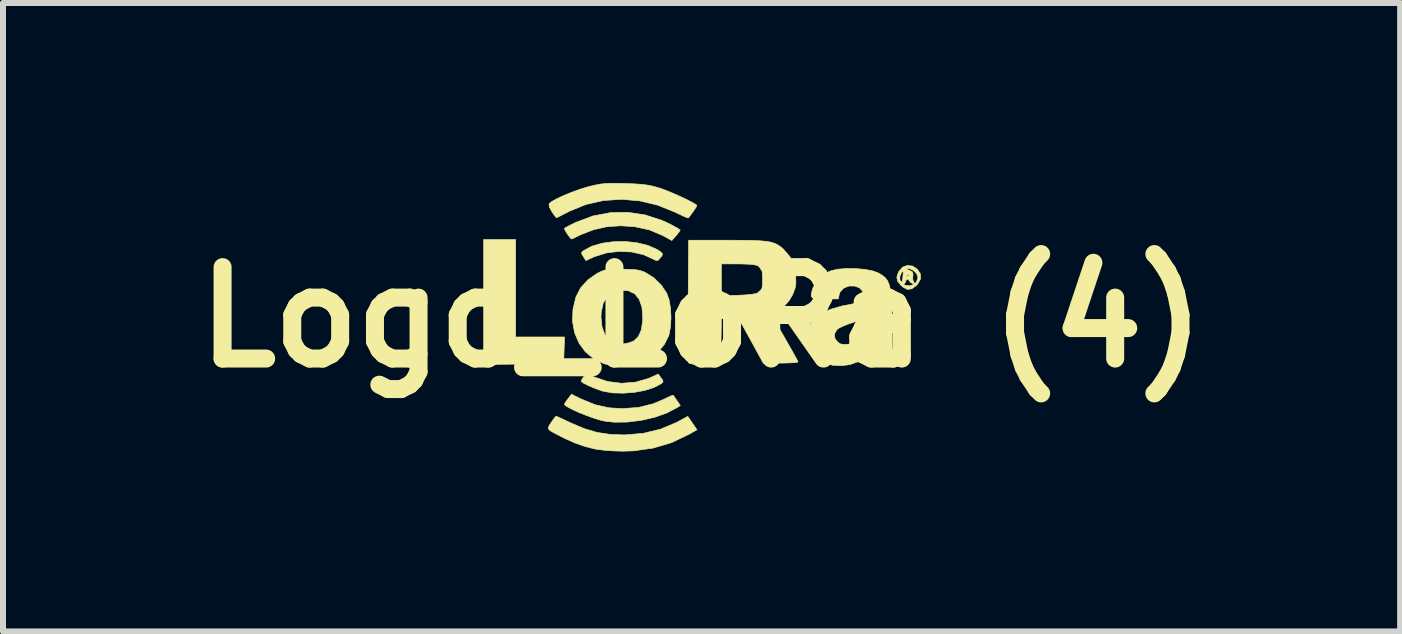
<source format=kicad_pcb>
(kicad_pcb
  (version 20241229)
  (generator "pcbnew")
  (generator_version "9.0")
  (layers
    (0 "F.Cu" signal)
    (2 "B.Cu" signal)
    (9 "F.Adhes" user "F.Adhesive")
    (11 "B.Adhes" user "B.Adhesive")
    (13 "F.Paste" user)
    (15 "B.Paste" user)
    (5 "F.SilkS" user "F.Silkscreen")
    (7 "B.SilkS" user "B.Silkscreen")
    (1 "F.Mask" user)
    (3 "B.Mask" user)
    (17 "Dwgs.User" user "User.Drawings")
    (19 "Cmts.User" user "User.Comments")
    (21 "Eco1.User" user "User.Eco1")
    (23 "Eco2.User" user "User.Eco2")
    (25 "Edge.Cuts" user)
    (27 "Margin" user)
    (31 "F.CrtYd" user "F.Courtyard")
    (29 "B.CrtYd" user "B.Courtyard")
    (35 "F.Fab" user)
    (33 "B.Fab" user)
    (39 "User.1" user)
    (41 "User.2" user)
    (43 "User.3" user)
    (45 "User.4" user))
  (footprint "Logo_LoRa (4)"
    (layer "F.Cu")
    (at 8.643 2.237)
    (property "Reference" "Logo_LoRa (4)" (at 0 0 0) (layer "F.SilkS") (effects (font (size 1.524 1.524) (thickness 0.3))))
    (attr through_hole)
    (fp_poly (pts (xy -3.099 0.33) (xy -2.284 0.33) (xy -2.291 0.552) (xy -2.299 0.775) (xy -2.965 0.781) (xy -3.632 0.788) (xy -3.632 -1.295) (xy -3.099 -1.295) (xy -3.099 0.33)) (stroke (width 0.01) (type solid)) (fill yes) (layer "F.SilkS"))
    (fp_poly (pts (xy -1.072 -1.24) (xy -0.892 -1.196) (xy -0.739 -1.128) (xy -0.68 -1.088) (xy -0.653 -1.061) (xy -0.656 -1.033) (xy -0.685 -0.991) (xy -0.724 -0.949) (xy -0.757 -0.944) (xy -0.79 -0.961) (xy -0.964 -1.041) (xy -1.163 -1.087) (xy -1.374 -1.097) (xy -1.583 -1.072) (xy -1.779 -1.011) (xy -1.796 -1.004) (xy -1.927 -0.944) (xy -1.97 -1.01) (xy -1.998 -1.057) (xy -1.995 -1.085) (xy -1.967 -1.109) (xy -1.829 -1.183) (xy -1.658 -1.233) (xy -1.467 -1.259) (xy -1.268 -1.262) (xy -1.072 -1.24)) (stroke (width 0.01) (type solid)) (fill yes) (layer "F.SilkS"))
    (fp_poly (pts (xy -1.778 1.001) (xy -1.561 1.073) (xy -1.334 1.101) (xy -1.106 1.084) (xy -0.89 1.023) (xy -0.85 1.006) (xy -0.722 0.948) (xy -0.675 1.011) (xy -0.644 1.057) (xy -0.644 1.083) (xy -0.674 1.109) (xy -0.791 1.171) (xy -0.944 1.22) (xy -1.118 1.252) (xy -1.3 1.266) (xy -1.476 1.262) (xy -1.632 1.236) (xy -1.676 1.223) (xy -1.788 1.182) (xy -1.886 1.14) (xy -1.961 1.103) (xy -2.002 1.074) (xy -2.007 1.065) (xy -1.992 1.034) (xy -1.962 0.992) (xy -1.917 0.937) (xy -1.778 1.001)) (stroke (width 0.01) (type solid)) (fill yes) (layer "F.SilkS"))
    (fp_poly (pts (xy -0.941 -1.705) (xy -0.658 -1.613) (xy -0.54 -1.559) (xy -0.455 -1.514) (xy -0.39 -1.477) (xy -0.358 -1.454) (xy -0.356 -1.451) (xy -0.372 -1.424) (xy -0.411 -1.375) (xy -0.426 -1.357) (xy -0.495 -1.278) (xy -0.648 -1.362) (xy -0.867 -1.455) (xy -1.116 -1.509) (xy -1.352 -1.524) (xy -1.579 -1.508) (xy -1.797 -1.459) (xy -2.021 -1.373) (xy -2.163 -1.302) (xy -2.183 -1.316) (xy -2.216 -1.358) (xy -2.252 -1.41) (xy -2.279 -1.457) (xy -2.286 -1.479) (xy -2.265 -1.494) (xy -2.208 -1.525) (xy -2.125 -1.566) (xy -2.087 -1.584) (xy -1.808 -1.688) (xy -1.521 -1.742) (xy -1.23 -1.748) (xy -0.941 -1.705)) (stroke (width 0.01) (type solid)) (fill yes) (layer "F.SilkS"))
    (fp_poly (pts (xy -2.003 1.365) (xy -1.773 1.459) (xy -1.543 1.51) (xy -1.322 1.524) (xy -1.052 1.504) (xy -0.808 1.444) (xy -0.632 1.37) (xy -0.554 1.332) (xy -0.497 1.307) (xy -0.472 1.3) (xy -0.472 1.3) (xy -0.455 1.324) (xy -0.421 1.374) (xy -0.41 1.389) (xy -0.354 1.471) (xy -0.412 1.509) (xy -0.581 1.597) (xy -0.785 1.669) (xy -1.009 1.72) (xy -1.238 1.748) (xy -1.459 1.75) (xy -1.6 1.735) (xy -1.689 1.715) (xy -1.797 1.682) (xy -1.914 1.64) (xy -2.03 1.594) (xy -2.135 1.547) (xy -2.219 1.504) (xy -2.272 1.47) (xy -2.286 1.451) (xy -2.271 1.423) (xy -2.236 1.373) (xy -2.226 1.36) (xy -2.166 1.285) (xy -2.003 1.365)) (stroke (width 0.01) (type solid)) (fill yes) (layer "F.SilkS"))
    (fp_poly (pts (xy -2.397 1.661) (xy -2.334 1.689) (xy -2.247 1.73) (xy -2.177 1.763) (xy -1.95 1.859) (xy -1.738 1.921) (xy -1.519 1.954) (xy -1.283 1.962) (xy -0.973 1.936) (xy -0.682 1.866) (xy -0.413 1.753) (xy -0.388 1.739) (xy -0.23 1.653) (xy -0.153 1.764) (xy -0.076 1.876) (xy -0.21 1.952) (xy -0.501 2.091) (xy -0.809 2.182) (xy -1.136 2.228) (xy -1.321 2.233) (xy -1.458 2.229) (xy -1.597 2.22) (xy -1.716 2.206) (xy -1.778 2.196) (xy -1.949 2.153) (xy -2.108 2.097) (xy -2.278 2.021) (xy -2.337 1.991) (xy -2.444 1.936) (xy -2.513 1.898) (xy -2.548 1.868) (xy -2.554 1.839) (xy -2.538 1.804) (xy -2.506 1.755) (xy -2.464 1.695) (xy -2.433 1.657) (xy -2.424 1.651) (xy -2.397 1.661)) (stroke (width 0.01) (type solid)) (fill yes) (layer "F.SilkS"))
    (fp_poly (pts (xy -1.375 -2.231) (xy -1.27 -2.228) (xy -1.11 -2.222) (xy -0.987 -2.213) (xy -0.887 -2.2) (xy -0.795 -2.18) (xy -0.698 -2.151) (xy -0.686 -2.148) (xy -0.594 -2.114) (xy -0.484 -2.069) (xy -0.367 -2.018) (xy -0.256 -1.966) (xy -0.163 -1.918) (xy -0.098 -1.88) (xy -0.079 -1.865) (xy -0.088 -1.839) (xy -0.129 -1.776) (xy -0.201 -1.678) (xy -0.219 -1.654) (xy -0.244 -1.66) (xy -0.303 -1.685) (xy -0.386 -1.724) (xy -0.437 -1.749) (xy -0.729 -1.867) (xy -1.029 -1.939) (xy -1.333 -1.965) (xy -1.634 -1.945) (xy -1.926 -1.879) (xy -2.204 -1.766) (xy -2.218 -1.758) (xy -2.304 -1.714) (xy -2.372 -1.679) (xy -2.41 -1.66) (xy -2.413 -1.658) (xy -2.433 -1.673) (xy -2.469 -1.72) (xy -2.494 -1.758) (xy -2.537 -1.838) (xy -2.542 -1.887) (xy -2.538 -1.895) (xy -2.491 -1.931) (xy -2.406 -1.978) (xy -2.295 -2.029) (xy -2.168 -2.081) (xy -2.037 -2.129) (xy -1.912 -2.168) (xy -1.883 -2.176) (xy -1.779 -2.201) (xy -1.69 -2.218) (xy -1.603 -2.228) (xy -1.502 -2.232) (xy -1.375 -2.231)) (stroke (width 0.01) (type solid)) (fill yes) (layer "F.SilkS"))
    (fp_poly (pts (xy -1.199 -0.798) (xy -1.101 -0.792) (xy -1.027 -0.779) (xy -0.963 -0.757) (xy -0.938 -0.746) (xy -0.794 -0.656) (xy -0.667 -0.53) (xy -0.58 -0.399) (xy -0.541 -0.29) (xy -0.517 -0.149) (xy -0.509 0.007) (xy -0.517 0.159) (xy -0.542 0.291) (xy -0.547 0.307) (xy -0.618 0.451) (xy -0.726 0.583) (xy -0.859 0.691) (xy -0.947 0.738) (xy -1.072 0.777) (xy -1.223 0.8) (xy -1.382 0.807) (xy -1.529 0.797) (xy -1.621 0.777) (xy -1.793 0.696) (xy -1.935 0.578) (xy -2.043 0.431) (xy -2.116 0.259) (xy -2.15 0.07) (xy -2.148 -0.000001) (xy -1.676 -0.000001) (xy -1.659 0.162) (xy -1.61 0.291) (xy -1.532 0.383) (xy -1.428 0.435) (xy -1.3 0.445) (xy -1.283 0.443) (xy -1.201 0.425) (xy -1.133 0.397) (xy -1.124 0.392) (xy -1.051 0.319) (xy -1.004 0.213) (xy -0.982 0.067) (xy -0.98 0) (xy -0.994 -0.169) (xy -1.04 -0.3) (xy -1.115 -0.391) (xy -1.22 -0.441) (xy -1.353 -0.45) (xy -1.353 -0.45) (xy -1.479 -0.417) (xy -1.574 -0.343) (xy -1.64 -0.231) (xy -1.672 -0.083) (xy -1.676 -0.000001) (xy -2.148 -0.000001) (xy -2.143 -0.132) (xy -2.095 -0.334) (xy -2.017 -0.487) (xy -1.896 -0.621) (xy -1.749 -0.725) (xy -1.685 -0.758) (xy -1.63 -0.78) (xy -1.568 -0.793) (xy -1.488 -0.798) (xy -1.374 -0.8) (xy -1.333 -0.8) (xy -1.199 -0.798)) (stroke (width 0.01) (type solid)) (fill yes) (layer "F.SilkS"))
    (fp_poly (pts (xy 3.519 -0.852) (xy 3.595 -0.801) (xy 3.648 -0.721) (xy 3.65 -0.637) (xy 3.602 -0.552) (xy 3.583 -0.531) (xy 3.505 -0.473) (xy 3.432 -0.463) (xy 3.356 -0.503) (xy 3.325 -0.531) (xy 3.312 -0.548) (xy 3.366 -0.548) (xy 3.391 -0.534) (xy 3.473 -0.523) (xy 3.549 -0.554) (xy 3.575 -0.579) (xy 3.602 -0.636) (xy 3.607 -0.665) (xy 3.585 -0.726) (xy 3.532 -0.78) (xy 3.468 -0.809) (xy 3.448 -0.811) (xy 3.414 -0.807) (xy 3.424 -0.798) (xy 3.463 -0.782) (xy 3.514 -0.756) (xy 3.526 -0.717) (xy 3.522 -0.687) (xy 3.521 -0.625) (xy 3.537 -0.588) (xy 3.55 -0.564) (xy 3.526 -0.559) (xy 3.482 -0.579) (xy 3.471 -0.597) (xy 3.444 -0.631) (xy 3.43 -0.635) (xy 3.407 -0.614) (xy 3.404 -0.597) (xy 3.386 -0.562) (xy 3.372 -0.557) (xy 3.366 -0.548) (xy 3.312 -0.548) (xy 3.269 -0.6) (xy 3.264 -0.624) (xy 3.306 -0.624) (xy 3.319 -0.601) (xy 3.336 -0.588) (xy 3.346 -0.598) (xy 3.353 -0.644) (xy 3.357 -0.687) (xy 3.358 -0.692) (xy 3.415 -0.692) (xy 3.44 -0.688) (xy 3.473 -0.692) (xy 3.473 -0.701) (xy 3.439 -0.707) (xy 3.424 -0.703) (xy 3.415 -0.692) (xy 3.358 -0.692) (xy 3.361 -0.749) (xy 3.356 -0.768) (xy 3.337 -0.75) (xy 3.335 -0.746) (xy 3.306 -0.683) (xy 3.306 -0.624) (xy 3.264 -0.624) (xy 3.255 -0.664) (xy 3.278 -0.74) (xy 3.288 -0.76) (xy 3.35 -0.833) (xy 3.431 -0.864) (xy 3.519 -0.852)) (stroke (width 0.01) (type solid)) (fill yes) (layer "F.SilkS"))
    (fp_poly (pts (xy 0.652 -1.282) (xy 0.827 -1.28) (xy 0.966 -1.274) (xy 1.073 -1.265) (xy 1.156 -1.251) (xy 1.221 -1.23) (xy 1.276 -1.203) (xy 1.325 -1.168) (xy 1.363 -1.136) (xy 1.471 -1.011) (xy 1.539 -0.856) (xy 1.569 -0.682) (xy 1.573 -0.576) (xy 1.562 -0.494) (xy 1.533 -0.411) (xy 1.517 -0.373) (xy 1.463 -0.282) (xy 1.391 -0.197) (xy 1.313 -0.127) (xy 1.24 -0.084) (xy 1.203 -0.076) (xy 1.171 -0.064) (xy 1.168 -0.056) (xy 1.18 -0.028) (xy 1.214 0.036) (xy 1.265 0.129) (xy 1.328 0.243) (xy 1.386 0.344) (xy 1.458 0.47) (xy 1.52 0.58) (xy 1.569 0.668) (xy 1.6 0.725) (xy 1.609 0.744) (xy 1.587 0.752) (xy 1.524 0.759) (xy 1.43 0.763) (xy 1.321 0.765) (xy 1.029 0.766) (xy 0.826 0.396) (xy 0.622 0.026) (xy 0.332 0.025) (xy 0.318 0.775) (xy 0.057 0.782) (xy -0.071 0.784) (xy -0.154 0.78) (xy -0.201 0.77) (xy -0.217 0.757) (xy -0.219 0.725) (xy -0.221 0.648) (xy -0.223 0.531) (xy -0.224 0.381) (xy -0.224 0.202) (xy -0.224 0.001) (xy -0.223 -0.217) (xy -0.222 -0.279) (xy -0.222 -0.358) (xy 0.33 -0.358) (xy 0.603 -0.365) (xy 0.726 -0.371) (xy 0.832 -0.381) (xy 0.908 -0.394) (xy 0.935 -0.404) (xy 0.998 -0.464) (xy 1.034 -0.552) (xy 1.04 -0.653) (xy 1.018 -0.752) (xy 0.966 -0.835) (xy 0.942 -0.856) (xy 0.893 -0.872) (xy 0.798 -0.883) (xy 0.659 -0.888) (xy 0.616 -0.888) (xy 0.33 -0.889) (xy 0.33 -0.358) (xy -0.222 -0.358) (xy -0.216 -1.283) (xy 0.432 -1.283) (xy 0.652 -1.282)) (stroke (width 0.01) (type solid)) (fill yes) (layer "F.SilkS"))
    (fp_poly (pts (xy 2.573 -0.81) (xy 2.722 -0.797) (xy 2.852 -0.772) (xy 2.94 -0.741) (xy 3.004 -0.704) (xy 3.056 -0.664) (xy 3.096 -0.615) (xy 3.125 -0.55) (xy 3.146 -0.464) (xy 3.161 -0.35) (xy 3.17 -0.203) (xy 3.175 -0.016) (xy 3.177 0.181) (xy 3.182 0.767) (xy 2.982 0.767) (xy 2.881 0.766) (xy 2.82 0.761) (xy 2.785 0.748) (xy 2.765 0.724) (xy 2.755 0.7) (xy 2.733 0.655) (xy 2.713 0.652) (xy 2.682 0.683) (xy 2.593 0.748) (xy 2.472 0.79) (xy 2.332 0.808) (xy 2.187 0.801) (xy 2.051 0.767) (xy 2.017 0.752) (xy 1.894 0.675) (xy 1.814 0.575) (xy 1.773 0.446) (xy 1.765 0.341) (xy 1.772 0.276) (xy 2.216 0.276) (xy 2.222 0.351) (xy 2.264 0.409) (xy 2.306 0.442) (xy 2.359 0.454) (xy 2.44 0.451) (xy 2.446 0.451) (xy 2.535 0.436) (xy 2.594 0.406) (xy 2.633 0.366) (xy 2.67 0.3) (xy 2.7 0.213) (xy 2.717 0.127) (xy 2.716 0.061) (xy 2.714 0.055) (xy 2.687 0.049) (xy 2.627 0.059) (xy 2.545 0.081) (xy 2.454 0.111) (xy 2.367 0.145) (xy 2.298 0.178) (xy 2.259 0.205) (xy 2.216 0.276) (xy 1.772 0.276) (xy 1.779 0.211) (xy 1.821 0.101) (xy 1.896 0.009) (xy 2.007 -0.069) (xy 2.157 -0.134) (xy 2.351 -0.189) (xy 2.591 -0.236) (xy 2.623 -0.241) (xy 2.686 -0.256) (xy 2.713 -0.282) (xy 2.718 -0.326) (xy 2.696 -0.421) (xy 2.633 -0.489) (xy 2.554 -0.519) (xy 2.453 -0.519) (xy 2.367 -0.483) (xy 2.309 -0.42) (xy 2.295 -0.38) (xy 2.28 -0.305) (xy 2.054 -0.305) (xy 1.94 -0.306) (xy 1.869 -0.314) (xy 1.835 -0.335) (xy 1.828 -0.376) (xy 1.843 -0.443) (xy 1.854 -0.481) (xy 1.909 -0.59) (xy 2.002 -0.686) (xy 2.121 -0.759) (xy 2.167 -0.777) (xy 2.279 -0.801) (xy 2.42 -0.812) (xy 2.573 -0.81)) (stroke (width 0.01) (type solid)) (fill yes) (layer "F.SilkS")))
  (gr_rect
    (start -3 -3)
    (end 20.287 7.475)
    (stroke (width 0.1) (type default))
    (fill no)
    (layer "Edge.Cuts")))
</source>
